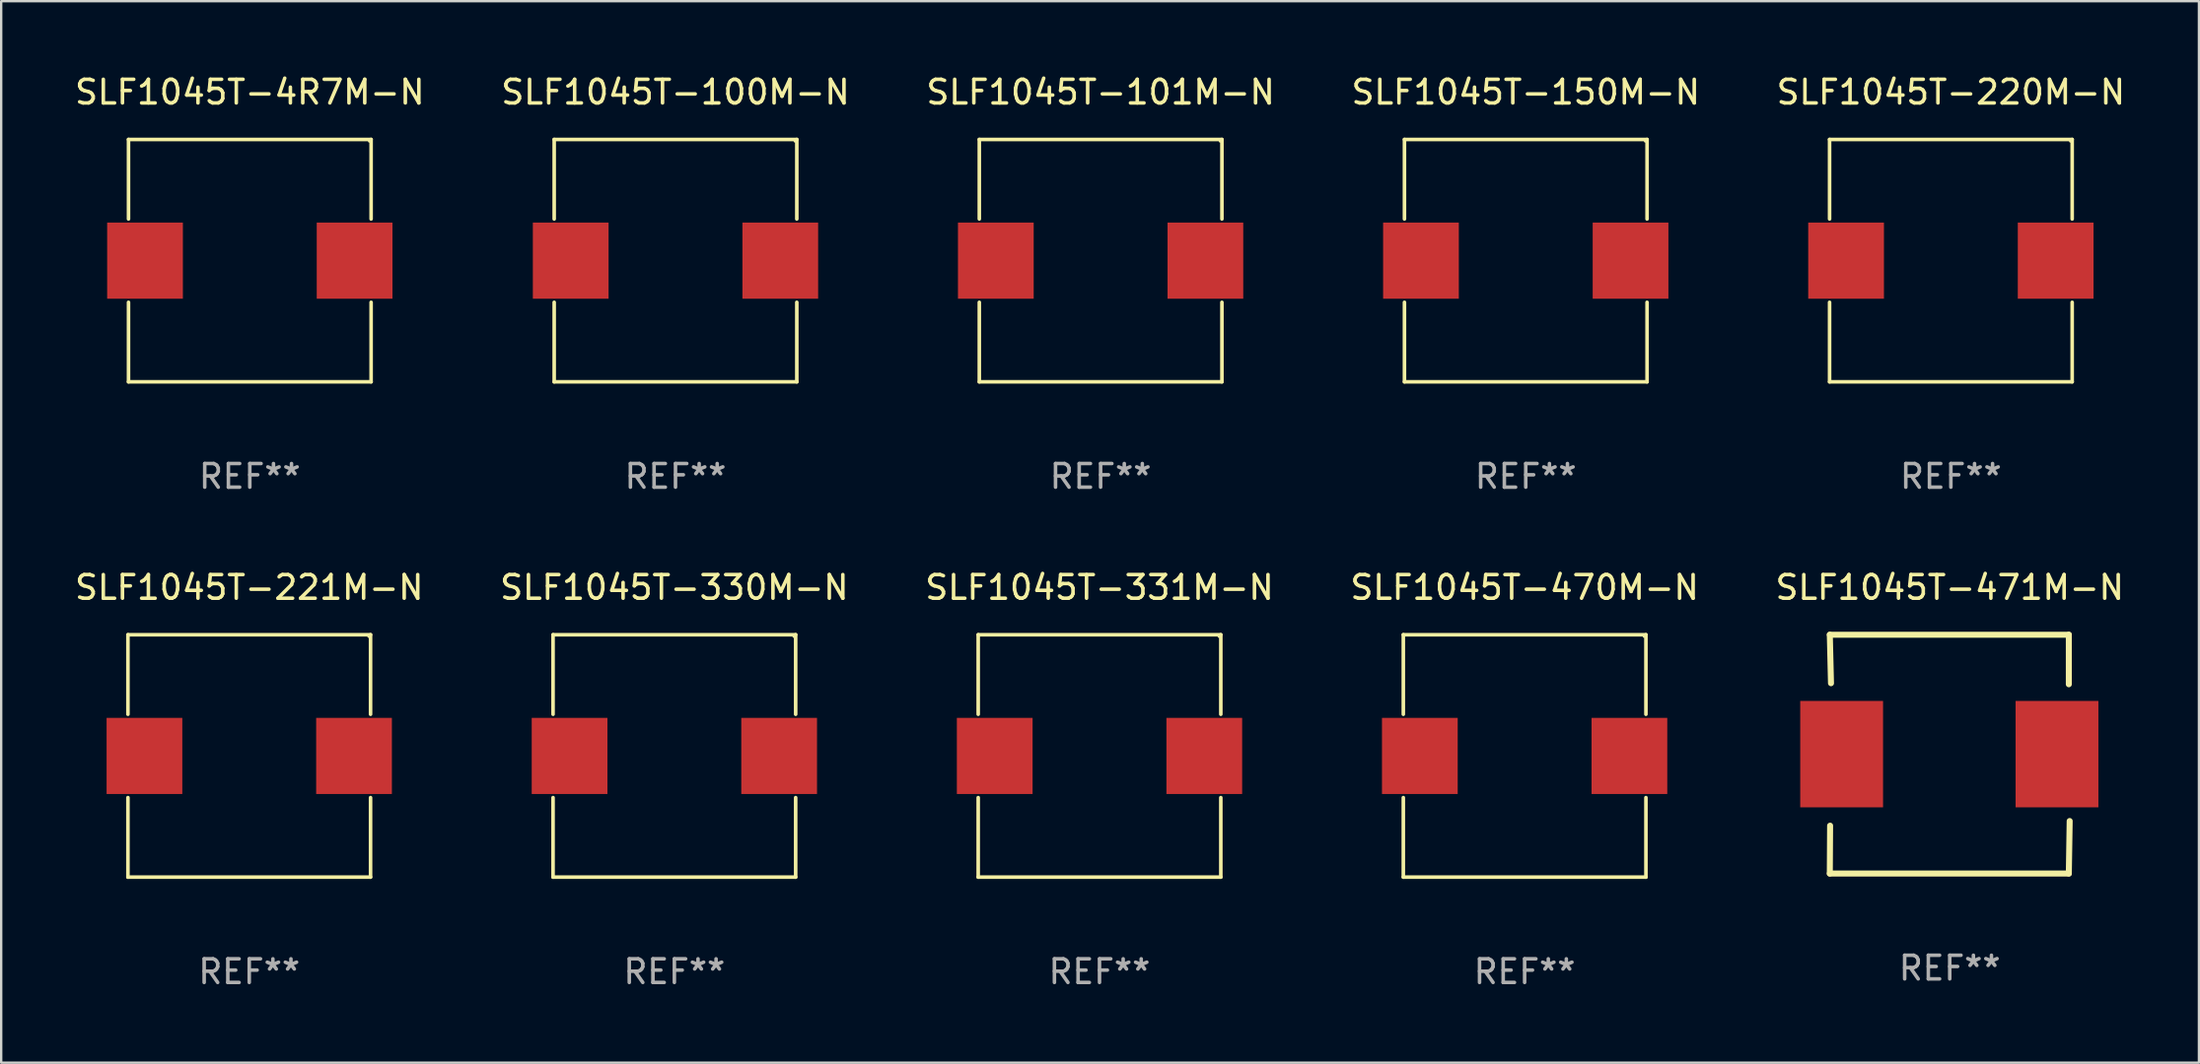
<source format=kicad_pcb>
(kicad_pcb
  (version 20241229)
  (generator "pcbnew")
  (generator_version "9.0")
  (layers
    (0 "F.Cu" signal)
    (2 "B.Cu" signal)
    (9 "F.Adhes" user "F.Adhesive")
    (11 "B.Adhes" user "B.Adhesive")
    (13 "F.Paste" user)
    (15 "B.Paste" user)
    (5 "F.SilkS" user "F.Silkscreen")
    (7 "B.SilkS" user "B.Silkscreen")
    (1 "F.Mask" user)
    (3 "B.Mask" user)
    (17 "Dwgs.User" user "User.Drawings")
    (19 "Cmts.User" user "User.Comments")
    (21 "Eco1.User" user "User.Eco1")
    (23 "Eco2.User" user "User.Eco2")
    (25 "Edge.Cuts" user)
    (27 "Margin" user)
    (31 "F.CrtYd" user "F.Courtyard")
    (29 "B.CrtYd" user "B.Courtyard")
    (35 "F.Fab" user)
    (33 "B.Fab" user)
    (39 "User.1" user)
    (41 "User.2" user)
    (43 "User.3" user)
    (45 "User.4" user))
  (footprint "SLF1045T-100M-N"
    (layer "F.Cu")
    (at 25.494 7.974)
    (property "Reference" "SLF1045T-100M-N" (at 0 -7.126 0) (layer "F.SilkS") (effects (font (size 1 1) (thickness 0.15))))
    (attr through_hole)
    (fp_line (start -5.126 -5.126) (end 5.126 -5.126) (stroke (width 0.152) (type solid)) (layer "F.SilkS"))
    (fp_line (start -5.126 -1.762) (end -5.126 -5.126) (stroke (width 0.152) (type solid)) (layer "F.SilkS"))
    (fp_line (start -5.126 1.762) (end -5.126 5.126) (stroke (width 0.152) (type solid)) (layer "F.SilkS"))
    (fp_line (start -5.126 5.126) (end 5.126 5.126) (stroke (width 0.152) (type solid)) (layer "F.SilkS"))
    (fp_line (start 5.126 -5.126) (end 5.126 -1.762) (stroke (width 0.152) (type solid)) (layer "F.SilkS"))
    (fp_line (start 5.126 5.126) (end 5.126 1.762) (stroke (width 0.152) (type solid)) (layer "F.SilkS"))
    (fp_circle (center 5.05 -5.05) (end 5.08 -5.05) (stroke (width 0.06) (type solid)) (fill no) (layer "F.SilkS"))
    (fp_text user "REF**" (at 0 9.126 0) (layer "F.Fab") (effects (font (size 1 1) (thickness 0.15))))
    (pad "1" smd rect (at 4.428 0) (size 3.2 3.22) (layers "F.Cu" "F.Mask" "F.Paste"))
    (pad "2" smd rect (at -4.428 0) (size 3.2 3.22) (layers "F.Cu" "F.Mask" "F.Paste")))
  (footprint "SLF1045T-101M-N"
    (layer "F.Cu")
    (at 43.458 7.974)
    (property "Reference" "SLF1045T-101M-N" (at 0 -7.126 0) (layer "F.SilkS") (effects (font (size 1 1) (thickness 0.15))))
    (attr through_hole)
    (fp_line (start -5.126 -5.126) (end 5.126 -5.126) (stroke (width 0.152) (type solid)) (layer "F.SilkS"))
    (fp_line (start -5.126 -1.762) (end -5.126 -5.126) (stroke (width 0.152) (type solid)) (layer "F.SilkS"))
    (fp_line (start -5.126 1.762) (end -5.126 5.126) (stroke (width 0.152) (type solid)) (layer "F.SilkS"))
    (fp_line (start -5.126 5.126) (end 5.126 5.126) (stroke (width 0.152) (type solid)) (layer "F.SilkS"))
    (fp_line (start 5.126 -5.126) (end 5.126 -1.762) (stroke (width 0.152) (type solid)) (layer "F.SilkS"))
    (fp_line (start 5.126 5.126) (end 5.126 1.762) (stroke (width 0.152) (type solid)) (layer "F.SilkS"))
    (fp_circle (center 5.05 -5.05) (end 5.08 -5.05) (stroke (width 0.06) (type solid)) (fill no) (layer "F.SilkS"))
    (fp_text user "REF**" (at 0 9.126 0) (layer "F.Fab") (effects (font (size 1 1) (thickness 0.15))))
    (pad "1" smd rect (at 4.428 0) (size 3.2 3.22) (layers "F.Cu" "F.Mask" "F.Paste"))
    (pad "2" smd rect (at -4.428 0) (size 3.2 3.22) (layers "F.Cu" "F.Mask" "F.Paste")))
  (footprint "SLF1045T-331M-N"
    (layer "F.Cu")
    (at 43.411 28.923)
    (property "Reference" "SLF1045T-331M-N" (at 0 -7.126 0) (layer "F.SilkS") (effects (font (size 1 1) (thickness 0.15))))
    (attr through_hole)
    (fp_line (start -5.126 -5.126) (end 5.126 -5.126) (stroke (width 0.152) (type solid)) (layer "F.SilkS"))
    (fp_line (start -5.126 -1.762) (end -5.126 -5.126) (stroke (width 0.152) (type solid)) (layer "F.SilkS"))
    (fp_line (start -5.126 1.762) (end -5.126 5.126) (stroke (width 0.152) (type solid)) (layer "F.SilkS"))
    (fp_line (start -5.126 5.126) (end 5.126 5.126) (stroke (width 0.152) (type solid)) (layer "F.SilkS"))
    (fp_line (start 5.126 -5.126) (end 5.126 -1.762) (stroke (width 0.152) (type solid)) (layer "F.SilkS"))
    (fp_line (start 5.126 5.126) (end 5.126 1.762) (stroke (width 0.152) (type solid)) (layer "F.SilkS"))
    (fp_circle (center 5.05 -5.05) (end 5.08 -5.05) (stroke (width 0.06) (type solid)) (fill no) (layer "F.SilkS"))
    (fp_text user "REF**" (at 0 9.126 0) (layer "F.Fab") (effects (font (size 1 1) (thickness 0.15))))
    (pad "1" smd rect (at 4.428 0) (size 3.2 3.22) (layers "F.Cu" "F.Mask" "F.Paste"))
    (pad "2" smd rect (at -4.428 0) (size 3.2 3.22) (layers "F.Cu" "F.Mask" "F.Paste")))
  (footprint "SLF1045T-150M-N"
    (layer "F.Cu")
    (at 61.423 7.974)
    (property "Reference" "SLF1045T-150M-N" (at 0 -7.126 0) (layer "F.SilkS") (effects (font (size 1 1) (thickness 0.15))))
    (attr through_hole)
    (fp_line (start -5.126 -5.126) (end 5.126 -5.126) (stroke (width 0.152) (type solid)) (layer "F.SilkS"))
    (fp_line (start -5.126 -1.762) (end -5.126 -5.126) (stroke (width 0.152) (type solid)) (layer "F.SilkS"))
    (fp_line (start -5.126 1.762) (end -5.126 5.126) (stroke (width 0.152) (type solid)) (layer "F.SilkS"))
    (fp_line (start -5.126 5.126) (end 5.126 5.126) (stroke (width 0.152) (type solid)) (layer "F.SilkS"))
    (fp_line (start 5.126 -5.126) (end 5.126 -1.762) (stroke (width 0.152) (type solid)) (layer "F.SilkS"))
    (fp_line (start 5.126 5.126) (end 5.126 1.762) (stroke (width 0.152) (type solid)) (layer "F.SilkS"))
    (fp_circle (center 5.05 -5.05) (end 5.08 -5.05) (stroke (width 0.06) (type solid)) (fill no) (layer "F.SilkS"))
    (fp_text user "REF**" (at 0 9.126 0) (layer "F.Fab") (effects (font (size 1 1) (thickness 0.15))))
    (pad "1" smd rect (at 4.428 0) (size 3.2 3.22) (layers "F.Cu" "F.Mask" "F.Paste"))
    (pad "2" smd rect (at -4.428 0) (size 3.2 3.22) (layers "F.Cu" "F.Mask" "F.Paste")))
  (footprint "SLF1045T-220M-N"
    (layer "F.Cu")
    (at 79.387 7.974)
    (property "Reference" "SLF1045T-220M-N" (at 0 -7.126 0) (layer "F.SilkS") (effects (font (size 1 1) (thickness 0.15))))
    (attr through_hole)
    (fp_line (start -5.126 -5.126) (end 5.126 -5.126) (stroke (width 0.152) (type solid)) (layer "F.SilkS"))
    (fp_line (start -5.126 -1.762) (end -5.126 -5.126) (stroke (width 0.152) (type solid)) (layer "F.SilkS"))
    (fp_line (start -5.126 1.762) (end -5.126 5.126) (stroke (width 0.152) (type solid)) (layer "F.SilkS"))
    (fp_line (start -5.126 5.126) (end 5.126 5.126) (stroke (width 0.152) (type solid)) (layer "F.SilkS"))
    (fp_line (start 5.126 -5.126) (end 5.126 -1.762) (stroke (width 0.152) (type solid)) (layer "F.SilkS"))
    (fp_line (start 5.126 5.126) (end 5.126 1.762) (stroke (width 0.152) (type solid)) (layer "F.SilkS"))
    (fp_circle (center 5.05 -5.05) (end 5.08 -5.05) (stroke (width 0.06) (type solid)) (fill no) (layer "F.SilkS"))
    (fp_text user "REF**" (at 0 9.126 0) (layer "F.Fab") (effects (font (size 1 1) (thickness 0.15))))
    (pad "1" smd rect (at 4.428 0) (size 3.2 3.22) (layers "F.Cu" "F.Mask" "F.Paste"))
    (pad "2" smd rect (at -4.428 0) (size 3.2 3.22) (layers "F.Cu" "F.Mask" "F.Paste")))
  (footprint "SLF1045T-471M-N"
    (layer "F.Cu")
    (at 79.339 28.847)
    (property "Reference" "SLF1045T-471M-N" (at 0 -7.05 0) (layer "F.SilkS") (effects (font (size 1 1) (thickness 0.15))))
    (attr through_hole)
    (fp_line (start -5.068 -5.05) (end 5.032 -5.05) (stroke (width 0.254) (type solid)) (layer "F.SilkS"))
    (fp_line (start -5.068 5.05) (end -5.056 3.025) (stroke (width 0.254) (type solid)) (layer "F.SilkS"))
    (fp_line (start -5.018 -3) (end -5.068 -5.05) (stroke (width 0.254) (type solid)) (layer "F.SilkS"))
    (fp_line (start 5.032 -5.05) (end 5.032 -2.956) (stroke (width 0.254) (type solid)) (layer "F.SilkS"))
    (fp_line (start 5.032 5.05) (end -5.068 5.05) (stroke (width 0.254) (type solid)) (layer "F.SilkS"))
    (fp_line (start 5.068 2.829) (end 5.032 5.05) (stroke (width 0.254) (type solid)) (layer "F.SilkS"))
    (fp_circle (center -5.068 5.05) (end -5.038 5.05) (stroke (width 0.06) (type solid)) (fill no) (layer "F.SilkS"))
    (fp_text user "REF**" (at 0 9.05 0) (layer "F.Fab") (effects (font (size 1 1) (thickness 0.15))))
    (pad "1" smd rect (at -4.568 0 90) (size 4.5 3.5) (layers "F.Cu" "F.Mask" "F.Paste"))
    (pad "2" smd rect (at 4.532 0 90) (size 4.5 3.5) (layers "F.Cu" "F.Mask" "F.Paste")))
  (footprint "SLF1045T-330M-N"
    (layer "F.Cu")
    (at 25.446 28.923)
    (property "Reference" "SLF1045T-330M-N" (at 0 -7.126 0) (layer "F.SilkS") (effects (font (size 1 1) (thickness 0.15))))
    (attr through_hole)
    (fp_line (start -5.126 -5.126) (end 5.126 -5.126) (stroke (width 0.152) (type solid)) (layer "F.SilkS"))
    (fp_line (start -5.126 -1.762) (end -5.126 -5.126) (stroke (width 0.152) (type solid)) (layer "F.SilkS"))
    (fp_line (start -5.126 1.762) (end -5.126 5.126) (stroke (width 0.152) (type solid)) (layer "F.SilkS"))
    (fp_line (start -5.126 5.126) (end 5.126 5.126) (stroke (width 0.152) (type solid)) (layer "F.SilkS"))
    (fp_line (start 5.126 -5.126) (end 5.126 -1.762) (stroke (width 0.152) (type solid)) (layer "F.SilkS"))
    (fp_line (start 5.126 5.126) (end 5.126 1.762) (stroke (width 0.152) (type solid)) (layer "F.SilkS"))
    (fp_circle (center 5.05 -5.05) (end 5.08 -5.05) (stroke (width 0.06) (type solid)) (fill no) (layer "F.SilkS"))
    (fp_text user "REF**" (at 0 9.126 0) (layer "F.Fab") (effects (font (size 1 1) (thickness 0.15))))
    (pad "1" smd rect (at 4.428 0) (size 3.2 3.22) (layers "F.Cu" "F.Mask" "F.Paste"))
    (pad "2" smd rect (at -4.428 0) (size 3.2 3.22) (layers "F.Cu" "F.Mask" "F.Paste")))
  (footprint "SLF1045T-470M-N"
    (layer "F.Cu")
    (at 61.375 28.923)
    (property "Reference" "SLF1045T-470M-N" (at 0 -7.126 0) (layer "F.SilkS") (effects (font (size 1 1) (thickness 0.15))))
    (attr through_hole)
    (fp_line (start -5.126 -5.126) (end 5.126 -5.126) (stroke (width 0.152) (type solid)) (layer "F.SilkS"))
    (fp_line (start -5.126 -1.762) (end -5.126 -5.126) (stroke (width 0.152) (type solid)) (layer "F.SilkS"))
    (fp_line (start -5.126 1.762) (end -5.126 5.126) (stroke (width 0.152) (type solid)) (layer "F.SilkS"))
    (fp_line (start -5.126 5.126) (end 5.126 5.126) (stroke (width 0.152) (type solid)) (layer "F.SilkS"))
    (fp_line (start 5.126 -5.126) (end 5.126 -1.762) (stroke (width 0.152) (type solid)) (layer "F.SilkS"))
    (fp_line (start 5.126 5.126) (end 5.126 1.762) (stroke (width 0.152) (type solid)) (layer "F.SilkS"))
    (fp_circle (center 5.05 -5.05) (end 5.08 -5.05) (stroke (width 0.06) (type solid)) (fill no) (layer "F.SilkS"))
    (fp_text user "REF**" (at 0 9.126 0) (layer "F.Fab") (effects (font (size 1 1) (thickness 0.15))))
    (pad "1" smd rect (at 4.428 0) (size 3.2 3.22) (layers "F.Cu" "F.Mask" "F.Paste"))
    (pad "2" smd rect (at -4.428 0) (size 3.2 3.22) (layers "F.Cu" "F.Mask" "F.Paste")))
  (footprint "SLF1045T-221M-N"
    (layer "F.Cu")
    (at 7.482 28.923)
    (property "Reference" "SLF1045T-221M-N" (at 0 -7.126 0) (layer "F.SilkS") (effects (font (size 1 1) (thickness 0.15))))
    (attr through_hole)
    (fp_line (start -5.126 -5.126) (end 5.126 -5.126) (stroke (width 0.152) (type solid)) (layer "F.SilkS"))
    (fp_line (start -5.126 -1.762) (end -5.126 -5.126) (stroke (width 0.152) (type solid)) (layer "F.SilkS"))
    (fp_line (start -5.126 1.762) (end -5.126 5.126) (stroke (width 0.152) (type solid)) (layer "F.SilkS"))
    (fp_line (start -5.126 5.126) (end 5.126 5.126) (stroke (width 0.152) (type solid)) (layer "F.SilkS"))
    (fp_line (start 5.126 -5.126) (end 5.126 -1.762) (stroke (width 0.152) (type solid)) (layer "F.SilkS"))
    (fp_line (start 5.126 5.126) (end 5.126 1.762) (stroke (width 0.152) (type solid)) (layer "F.SilkS"))
    (fp_circle (center 5.05 -5.05) (end 5.08 -5.05) (stroke (width 0.06) (type solid)) (fill no) (layer "F.SilkS"))
    (fp_text user "REF**" (at 0 9.126 0) (layer "F.Fab") (effects (font (size 1 1) (thickness 0.15))))
    (pad "1" smd rect (at 4.428 0) (size 3.2 3.22) (layers "F.Cu" "F.Mask" "F.Paste"))
    (pad "2" smd rect (at -4.428 0) (size 3.2 3.22) (layers "F.Cu" "F.Mask" "F.Paste")))
  (footprint "SLF1045T-4R7M-N"
    (layer "F.Cu")
    (at 7.506 7.974)
    (property "Reference" "SLF1045T-4R7M-N" (at 0 -7.126 0) (layer "F.SilkS") (effects (font (size 1 1) (thickness 0.15))))
    (attr through_hole)
    (fp_line (start -5.126 -5.126) (end 5.126 -5.126) (stroke (width 0.152) (type solid)) (layer "F.SilkS"))
    (fp_line (start -5.126 -1.762) (end -5.126 -5.126) (stroke (width 0.152) (type solid)) (layer "F.SilkS"))
    (fp_line (start -5.126 1.762) (end -5.126 5.126) (stroke (width 0.152) (type solid)) (layer "F.SilkS"))
    (fp_line (start -5.126 5.126) (end 5.126 5.126) (stroke (width 0.152) (type solid)) (layer "F.SilkS"))
    (fp_line (start 5.126 -5.126) (end 5.126 -1.762) (stroke (width 0.152) (type solid)) (layer "F.SilkS"))
    (fp_line (start 5.126 5.126) (end 5.126 1.762) (stroke (width 0.152) (type solid)) (layer "F.SilkS"))
    (fp_circle (center 5.05 -5.05) (end 5.08 -5.05) (stroke (width 0.06) (type solid)) (fill no) (layer "F.SilkS"))
    (fp_text user "REF**" (at 0 9.126 0) (layer "F.Fab") (effects (font (size 1 1) (thickness 0.15))))
    (pad "1" smd rect (at 4.428 0) (size 3.2 3.22) (layers "F.Cu" "F.Mask" "F.Paste"))
    (pad "2" smd rect (at -4.428 0) (size 3.2 3.22) (layers "F.Cu" "F.Mask" "F.Paste")))
  (gr_rect
    (start -3 -3)
    (end 89.869 41.898)
    (stroke (width 0.1) (type default))
    (fill no)
    (layer "Edge.Cuts")))
</source>
